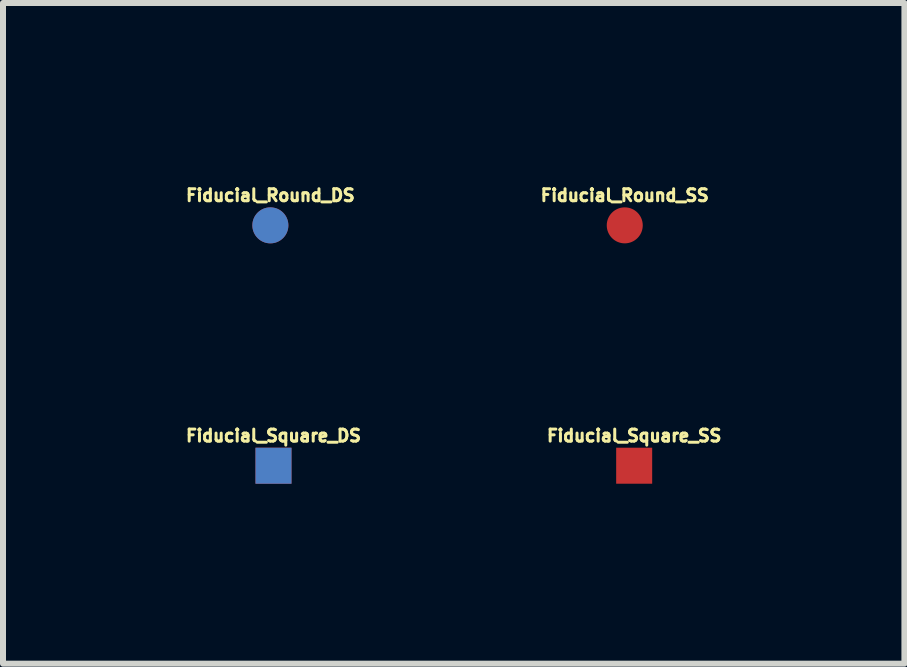
<source format=kicad_pcb>
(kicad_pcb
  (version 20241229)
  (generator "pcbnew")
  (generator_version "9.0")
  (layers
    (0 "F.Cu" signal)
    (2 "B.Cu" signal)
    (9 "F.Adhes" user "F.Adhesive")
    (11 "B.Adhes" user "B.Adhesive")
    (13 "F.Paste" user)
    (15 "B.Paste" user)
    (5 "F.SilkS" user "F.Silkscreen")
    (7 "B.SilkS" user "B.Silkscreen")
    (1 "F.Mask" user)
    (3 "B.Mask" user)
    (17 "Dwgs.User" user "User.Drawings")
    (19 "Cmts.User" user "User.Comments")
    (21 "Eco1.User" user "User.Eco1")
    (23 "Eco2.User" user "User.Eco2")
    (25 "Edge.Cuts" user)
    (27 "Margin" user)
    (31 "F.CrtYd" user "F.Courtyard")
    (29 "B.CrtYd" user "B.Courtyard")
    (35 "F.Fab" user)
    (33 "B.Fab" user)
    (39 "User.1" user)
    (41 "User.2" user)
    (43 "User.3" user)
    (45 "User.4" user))
  (footprint "Fiducial_Round_DS"
    (layer "F.Cu")
    (at 1.455 0.705)
    (property "Reference" "Fiducial_Round_DS" (at 0 -0.5 0) (layer "F.SilkS") (effects (font (size 0.2 0.2) (thickness 0.05))))
    (attr exclude_from_pos_files exclude_from_bom)
    (pad "1" connect circle (at 0 0) (size 0.6 0.6) (layers "F.Cu" "F.Mask"))
    (pad "1" connect circle (at 0 0) (size 0.6 0.6) (layers "B.Cu" "B.Mask")))
  (footprint "Fiducial_Square_DS"
    (layer "F.Cu")
    (at 1.507 4.71)
    (property "Reference" "Fiducial_Square_DS" (at 0 -0.5 0) (layer "F.SilkS") (effects (font (size 0.2 0.2) (thickness 0.05))))
    (attr exclude_from_pos_files exclude_from_bom)
    (pad "1" connect rect (at 0 0) (size 0.6 0.6) (layers "F.Cu" "F.Mask"))
    (pad "1" connect rect (at 0 0) (size 0.6 0.6) (layers "B.Cu" "B.Mask")))
  (footprint "Fiducial_Round_SS"
    (layer "F.Cu")
    (at 7.36 0.705)
    (property "Reference" "Fiducial_Round_SS" (at 0 -0.5 0) (layer "F.SilkS") (effects (font (size 0.2 0.2) (thickness 0.05))))
    (attr exclude_from_pos_files exclude_from_bom)
    (pad "1" connect circle (at 0 0) (size 0.6 0.6) (layers "F.Cu" "F.Mask")))
  (footprint "Fiducial_Square_SS"
    (layer "F.Cu")
    (at 7.517 4.71)
    (property "Reference" "Fiducial_Square_SS" (at 0 -0.5 0) (layer "F.SilkS") (effects (font (size 0.2 0.2) (thickness 0.05))))
    (attr exclude_from_pos_files exclude_from_bom)
    (pad "1" connect rect (at 0 0) (size 0.6 0.6) (layers "F.Cu" "F.Mask")))
  (gr_rect
    (start -3 -3)
    (end 12.02 8.009)
    (stroke (width 0.1) (type default))
    (fill no)
    (layer "Edge.Cuts")))
</source>
